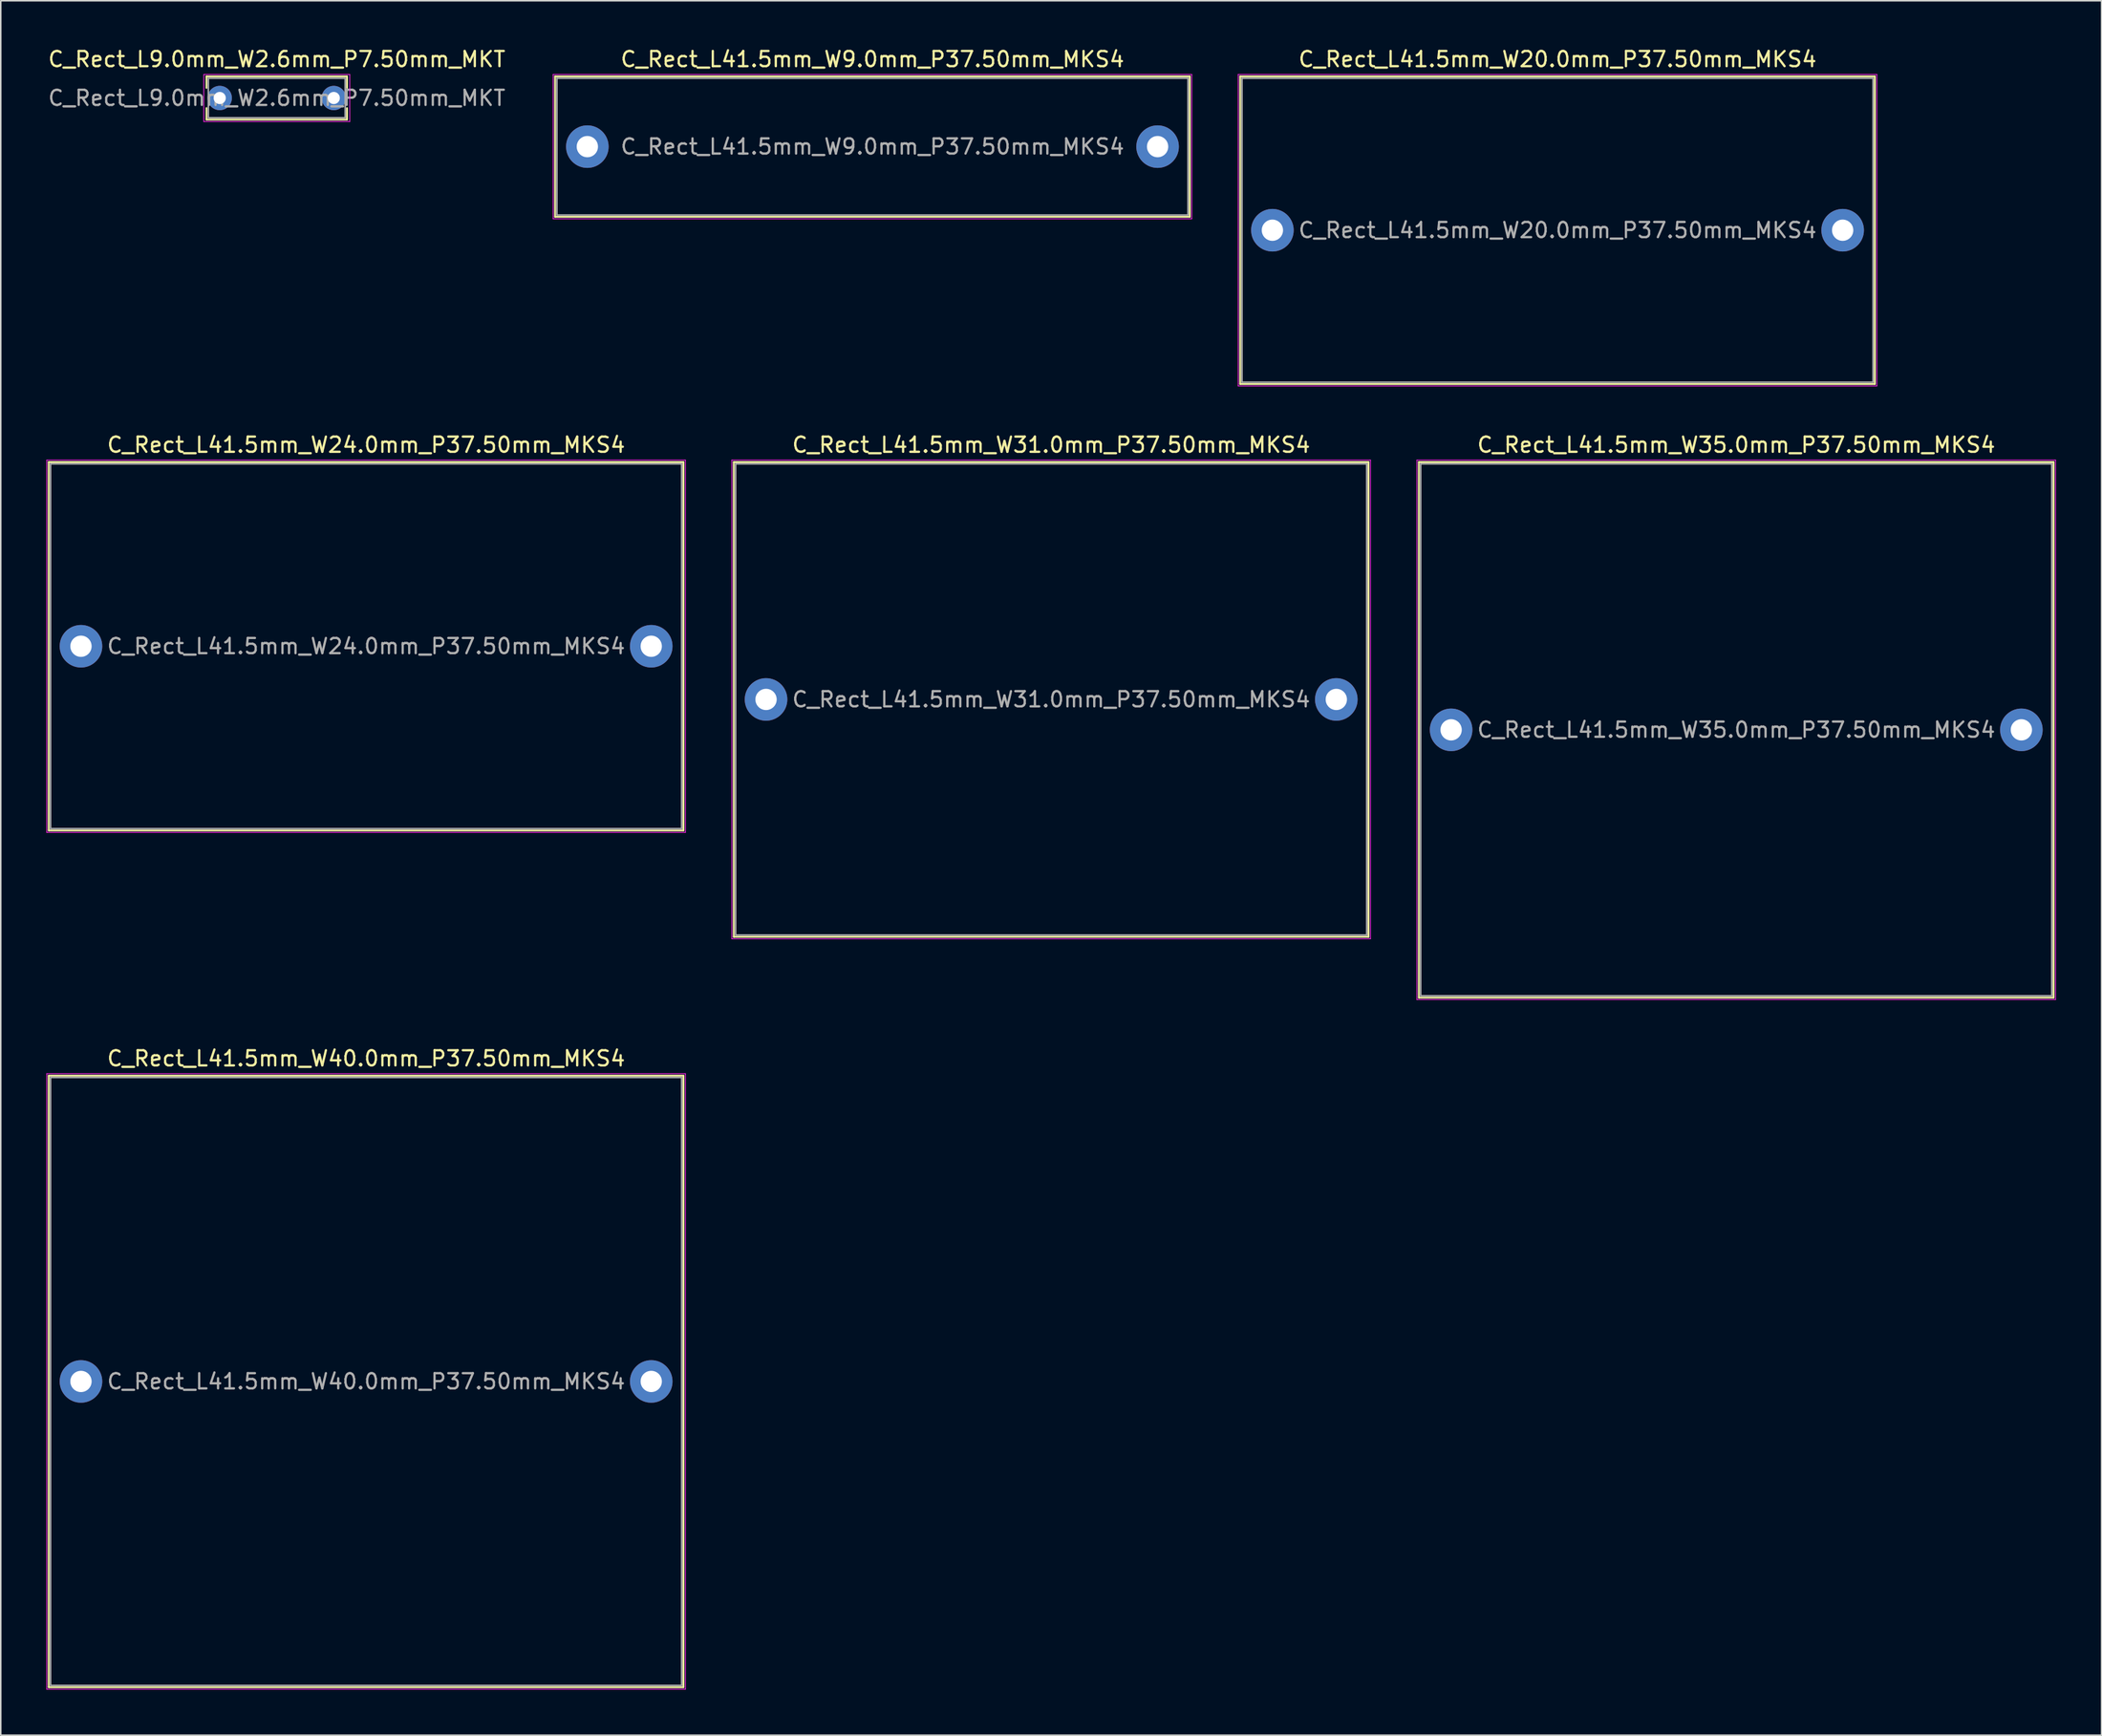
<source format=kicad_pcb>
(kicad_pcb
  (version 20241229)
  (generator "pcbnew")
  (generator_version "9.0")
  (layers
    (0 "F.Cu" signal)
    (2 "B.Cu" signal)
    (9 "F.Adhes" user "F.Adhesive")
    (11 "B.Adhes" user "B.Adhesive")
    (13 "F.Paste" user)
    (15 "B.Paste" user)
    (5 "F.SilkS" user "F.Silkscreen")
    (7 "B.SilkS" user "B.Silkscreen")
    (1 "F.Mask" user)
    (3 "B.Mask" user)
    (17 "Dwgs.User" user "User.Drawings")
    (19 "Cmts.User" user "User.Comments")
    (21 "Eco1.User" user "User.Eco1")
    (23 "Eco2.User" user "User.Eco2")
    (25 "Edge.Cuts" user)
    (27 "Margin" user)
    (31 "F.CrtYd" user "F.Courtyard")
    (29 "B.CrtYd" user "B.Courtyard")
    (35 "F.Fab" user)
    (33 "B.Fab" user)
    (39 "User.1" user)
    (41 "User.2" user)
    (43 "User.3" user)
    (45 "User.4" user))
  (footprint "C_Rect_L41.5mm_W35.0mm_P37.50mm_MKS4"
    (layer "F.Cu")
    (at 92.375 44.971)
    (property "Reference" "C_Rect_L41.5mm_W35.0mm_P37.50mm_MKS4" (at 18.75 -18.75 0) (layer "F.SilkS") (effects (font (size 1 1) (thickness 0.15))))
    (attr through_hole)
    (fp_line (start -2.12 -17.62) (end -2.12 17.62) (stroke (width 0.12) (type solid)) (layer "F.SilkS"))
    (fp_line (start -2.12 -17.62) (end 39.62 -17.62) (stroke (width 0.12) (type solid)) (layer "F.SilkS"))
    (fp_line (start -2.12 17.62) (end 39.62 17.62) (stroke (width 0.12) (type solid)) (layer "F.SilkS"))
    (fp_line (start 39.62 -17.62) (end 39.62 17.62) (stroke (width 0.12) (type solid)) (layer "F.SilkS"))
    (fp_line (start -2.25 -17.75) (end -2.25 17.75) (stroke (width 0.05) (type solid)) (layer "F.CrtYd"))
    (fp_line (start -2.25 17.75) (end 39.75 17.75) (stroke (width 0.05) (type solid)) (layer "F.CrtYd"))
    (fp_line (start 39.75 -17.75) (end -2.25 -17.75) (stroke (width 0.05) (type solid)) (layer "F.CrtYd"))
    (fp_line (start 39.75 17.75) (end 39.75 -17.75) (stroke (width 0.05) (type solid)) (layer "F.CrtYd"))
    (fp_line (start -2 -17.5) (end -2 17.5) (stroke (width 0.1) (type solid)) (layer "F.Fab"))
    (fp_line (start -2 17.5) (end 39.5 17.5) (stroke (width 0.1) (type solid)) (layer "F.Fab"))
    (fp_line (start 39.5 -17.5) (end -2 -17.5) (stroke (width 0.1) (type solid)) (layer "F.Fab"))
    (fp_line (start 39.5 17.5) (end 39.5 -17.5) (stroke (width 0.1) (type solid)) (layer "F.Fab"))
    (fp_text user "${REFERENCE}" (at 18.75 0 0) (layer "F.Fab") (effects (font (size 1 1) (thickness 0.15))))
    (pad "1" thru_hole circle (at 0 0) (size 2.8 2.8) (drill 1.4) (layers "*.Cu" "*.Mask"))
    (pad "2" thru_hole circle (at 37.5 0) (size 2.8 2.8) (drill 1.4) (layers "*.Cu" "*.Mask")))
  (footprint "C_Rect_L41.5mm_W31.0mm_P37.50mm_MKS4"
    (layer "F.Cu")
    (at 47.325 42.971)
    (property "Reference" "C_Rect_L41.5mm_W31.0mm_P37.50mm_MKS4" (at 18.75 -16.75 0) (layer "F.SilkS") (effects (font (size 1 1) (thickness 0.15))))
    (attr through_hole)
    (fp_line (start -2.12 -15.62) (end -2.12 15.62) (stroke (width 0.12) (type solid)) (layer "F.SilkS"))
    (fp_line (start -2.12 -15.62) (end 39.62 -15.62) (stroke (width 0.12) (type solid)) (layer "F.SilkS"))
    (fp_line (start -2.12 15.62) (end 39.62 15.62) (stroke (width 0.12) (type solid)) (layer "F.SilkS"))
    (fp_line (start 39.62 -15.62) (end 39.62 15.62) (stroke (width 0.12) (type solid)) (layer "F.SilkS"))
    (fp_line (start -2.25 -15.75) (end -2.25 15.75) (stroke (width 0.05) (type solid)) (layer "F.CrtYd"))
    (fp_line (start -2.25 15.75) (end 39.75 15.75) (stroke (width 0.05) (type solid)) (layer "F.CrtYd"))
    (fp_line (start 39.75 -15.75) (end -2.25 -15.75) (stroke (width 0.05) (type solid)) (layer "F.CrtYd"))
    (fp_line (start 39.75 15.75) (end 39.75 -15.75) (stroke (width 0.05) (type solid)) (layer "F.CrtYd"))
    (fp_line (start -2 -15.5) (end -2 15.5) (stroke (width 0.1) (type solid)) (layer "F.Fab"))
    (fp_line (start -2 15.5) (end 39.5 15.5) (stroke (width 0.1) (type solid)) (layer "F.Fab"))
    (fp_line (start 39.5 -15.5) (end -2 -15.5) (stroke (width 0.1) (type solid)) (layer "F.Fab"))
    (fp_line (start 39.5 15.5) (end 39.5 -15.5) (stroke (width 0.1) (type solid)) (layer "F.Fab"))
    (fp_text user "${REFERENCE}" (at 18.75 0 0) (layer "F.Fab") (effects (font (size 1 1) (thickness 0.15))))
    (pad "1" thru_hole circle (at 0 0) (size 2.8 2.8) (drill 1.4) (layers "*.Cu" "*.Mask"))
    (pad "2" thru_hole circle (at 37.5 0) (size 2.8 2.8) (drill 1.4) (layers "*.Cu" "*.Mask")))
  (footprint "C_Rect_L41.5mm_W9.0mm_P37.50mm_MKS4"
    (layer "F.Cu")
    (at 35.573 6.598)
    (property "Reference" "C_Rect_L41.5mm_W9.0mm_P37.50mm_MKS4" (at 18.75 -5.75 0) (layer "F.SilkS") (effects (font (size 1 1) (thickness 0.15))))
    (attr through_hole)
    (fp_line (start -2.12 -4.62) (end -2.12 4.62) (stroke (width 0.12) (type solid)) (layer "F.SilkS"))
    (fp_line (start -2.12 -4.62) (end 39.62 -4.62) (stroke (width 0.12) (type solid)) (layer "F.SilkS"))
    (fp_line (start -2.12 4.62) (end 39.62 4.62) (stroke (width 0.12) (type solid)) (layer "F.SilkS"))
    (fp_line (start 39.62 -4.62) (end 39.62 4.62) (stroke (width 0.12) (type solid)) (layer "F.SilkS"))
    (fp_line (start -2.25 -4.75) (end -2.25 4.75) (stroke (width 0.05) (type solid)) (layer "F.CrtYd"))
    (fp_line (start -2.25 4.75) (end 39.75 4.75) (stroke (width 0.05) (type solid)) (layer "F.CrtYd"))
    (fp_line (start 39.75 -4.75) (end -2.25 -4.75) (stroke (width 0.05) (type solid)) (layer "F.CrtYd"))
    (fp_line (start 39.75 4.75) (end 39.75 -4.75) (stroke (width 0.05) (type solid)) (layer "F.CrtYd"))
    (fp_line (start -2 -4.5) (end -2 4.5) (stroke (width 0.1) (type solid)) (layer "F.Fab"))
    (fp_line (start -2 4.5) (end 39.5 4.5) (stroke (width 0.1) (type solid)) (layer "F.Fab"))
    (fp_line (start 39.5 -4.5) (end -2 -4.5) (stroke (width 0.1) (type solid)) (layer "F.Fab"))
    (fp_line (start 39.5 4.5) (end 39.5 -4.5) (stroke (width 0.1) (type solid)) (layer "F.Fab"))
    (fp_text user "${REFERENCE}" (at 18.75 0 0) (layer "F.Fab") (effects (font (size 1 1) (thickness 0.15))))
    (pad "1" thru_hole circle (at 0 0) (size 2.8 2.8) (drill 1.4) (layers "*.Cu" "*.Mask"))
    (pad "2" thru_hole circle (at 37.5 0) (size 2.8 2.8) (drill 1.4) (layers "*.Cu" "*.Mask")))
  (footprint "C_Rect_L41.5mm_W24.0mm_P37.50mm_MKS4"
    (layer "F.Cu")
    (at 2.275 39.471)
    (property "Reference" "C_Rect_L41.5mm_W24.0mm_P37.50mm_MKS4" (at 18.75 -13.25 0) (layer "F.SilkS") (effects (font (size 1 1) (thickness 0.15))))
    (attr through_hole)
    (fp_line (start -2.12 -12.12) (end -2.12 12.12) (stroke (width 0.12) (type solid)) (layer "F.SilkS"))
    (fp_line (start -2.12 -12.12) (end 39.62 -12.12) (stroke (width 0.12) (type solid)) (layer "F.SilkS"))
    (fp_line (start -2.12 12.12) (end 39.62 12.12) (stroke (width 0.12) (type solid)) (layer "F.SilkS"))
    (fp_line (start 39.62 -12.12) (end 39.62 12.12) (stroke (width 0.12) (type solid)) (layer "F.SilkS"))
    (fp_line (start -2.25 -12.25) (end -2.25 12.25) (stroke (width 0.05) (type solid)) (layer "F.CrtYd"))
    (fp_line (start -2.25 12.25) (end 39.75 12.25) (stroke (width 0.05) (type solid)) (layer "F.CrtYd"))
    (fp_line (start 39.75 -12.25) (end -2.25 -12.25) (stroke (width 0.05) (type solid)) (layer "F.CrtYd"))
    (fp_line (start 39.75 12.25) (end 39.75 -12.25) (stroke (width 0.05) (type solid)) (layer "F.CrtYd"))
    (fp_line (start -2 -12) (end -2 12) (stroke (width 0.1) (type solid)) (layer "F.Fab"))
    (fp_line (start -2 12) (end 39.5 12) (stroke (width 0.1) (type solid)) (layer "F.Fab"))
    (fp_line (start 39.5 -12) (end -2 -12) (stroke (width 0.1) (type solid)) (layer "F.Fab"))
    (fp_line (start 39.5 12) (end 39.5 -12) (stroke (width 0.1) (type solid)) (layer "F.Fab"))
    (fp_text user "${REFERENCE}" (at 18.75 0 0) (layer "F.Fab") (effects (font (size 1 1) (thickness 0.15))))
    (pad "1" thru_hole circle (at 0 0) (size 2.8 2.8) (drill 1.4) (layers "*.Cu" "*.Mask"))
    (pad "2" thru_hole circle (at 37.5 0) (size 2.8 2.8) (drill 1.4) (layers "*.Cu" "*.Mask")))
  (footprint "C_Rect_L9.0mm_W2.6mm_P7.50mm_MKT"
    (layer "F.Cu")
    (at 11.399 3.398)
    (property "Reference" "C_Rect_L9.0mm_W2.6mm_P7.50mm_MKT" (at 3.75 -2.55 0) (layer "F.SilkS") (effects (font (size 1 1) (thickness 0.15))))
    (attr through_hole)
    (fp_line (start -0.87 -1.42) (end -0.87 -0.665) (stroke (width 0.12) (type solid)) (layer "F.SilkS"))
    (fp_line (start -0.87 -1.42) (end 8.37 -1.42) (stroke (width 0.12) (type solid)) (layer "F.SilkS"))
    (fp_line (start -0.87 0.665) (end -0.87 1.42) (stroke (width 0.12) (type solid)) (layer "F.SilkS"))
    (fp_line (start -0.87 1.42) (end 8.37 1.42) (stroke (width 0.12) (type solid)) (layer "F.SilkS"))
    (fp_line (start 8.37 -1.42) (end 8.37 -0.665) (stroke (width 0.12) (type solid)) (layer "F.SilkS"))
    (fp_line (start 8.37 0.665) (end 8.37 1.42) (stroke (width 0.12) (type solid)) (layer "F.SilkS"))
    (fp_line (start -1.05 -1.55) (end -1.05 1.55) (stroke (width 0.05) (type solid)) (layer "F.CrtYd"))
    (fp_line (start -1.05 1.55) (end 8.55 1.55) (stroke (width 0.05) (type solid)) (layer "F.CrtYd"))
    (fp_line (start 8.55 -1.55) (end -1.05 -1.55) (stroke (width 0.05) (type solid)) (layer "F.CrtYd"))
    (fp_line (start 8.55 1.55) (end 8.55 -1.55) (stroke (width 0.05) (type solid)) (layer "F.CrtYd"))
    (fp_line (start -0.75 -1.3) (end -0.75 1.3) (stroke (width 0.1) (type solid)) (layer "F.Fab"))
    (fp_line (start -0.75 1.3) (end 8.25 1.3) (stroke (width 0.1) (type solid)) (layer "F.Fab"))
    (fp_line (start 8.25 -1.3) (end -0.75 -1.3) (stroke (width 0.1) (type solid)) (layer "F.Fab"))
    (fp_line (start 8.25 1.3) (end 8.25 -1.3) (stroke (width 0.1) (type solid)) (layer "F.Fab"))
    (fp_text user "${REFERENCE}" (at 3.75 0 0) (layer "F.Fab") (effects (font (size 1 1) (thickness 0.15))))
    (pad "1" thru_hole circle (at 0 0) (size 1.6 1.6) (drill 0.8) (layers "*.Cu" "*.Mask"))
    (pad "2" thru_hole circle (at 7.5 0) (size 1.6 1.6) (drill 0.8) (layers "*.Cu" "*.Mask")))
  (footprint "C_Rect_L41.5mm_W20.0mm_P37.50mm_MKS4"
    (layer "F.Cu")
    (at 80.623 12.098)
    (property "Reference" "C_Rect_L41.5mm_W20.0mm_P37.50mm_MKS4" (at 18.75 -11.25 0) (layer "F.SilkS") (effects (font (size 1 1) (thickness 0.15))))
    (attr through_hole)
    (fp_line (start -2.12 -10.12) (end -2.12 10.12) (stroke (width 0.12) (type solid)) (layer "F.SilkS"))
    (fp_line (start -2.12 -10.12) (end 39.62 -10.12) (stroke (width 0.12) (type solid)) (layer "F.SilkS"))
    (fp_line (start -2.12 10.12) (end 39.62 10.12) (stroke (width 0.12) (type solid)) (layer "F.SilkS"))
    (fp_line (start 39.62 -10.12) (end 39.62 10.12) (stroke (width 0.12) (type solid)) (layer "F.SilkS"))
    (fp_line (start -2.25 -10.25) (end -2.25 10.25) (stroke (width 0.05) (type solid)) (layer "F.CrtYd"))
    (fp_line (start -2.25 10.25) (end 39.75 10.25) (stroke (width 0.05) (type solid)) (layer "F.CrtYd"))
    (fp_line (start 39.75 -10.25) (end -2.25 -10.25) (stroke (width 0.05) (type solid)) (layer "F.CrtYd"))
    (fp_line (start 39.75 10.25) (end 39.75 -10.25) (stroke (width 0.05) (type solid)) (layer "F.CrtYd"))
    (fp_line (start -2 -10) (end -2 10) (stroke (width 0.1) (type solid)) (layer "F.Fab"))
    (fp_line (start -2 10) (end 39.5 10) (stroke (width 0.1) (type solid)) (layer "F.Fab"))
    (fp_line (start 39.5 -10) (end -2 -10) (stroke (width 0.1) (type solid)) (layer "F.Fab"))
    (fp_line (start 39.5 10) (end 39.5 -10) (stroke (width 0.1) (type solid)) (layer "F.Fab"))
    (fp_text user "${REFERENCE}" (at 18.75 0 0) (layer "F.Fab") (effects (font (size 1 1) (thickness 0.15))))
    (pad "1" thru_hole circle (at 0 0) (size 2.8 2.8) (drill 1.4) (layers "*.Cu" "*.Mask"))
    (pad "2" thru_hole circle (at 37.5 0) (size 2.8 2.8) (drill 1.4) (layers "*.Cu" "*.Mask")))
  (footprint "C_Rect_L41.5mm_W40.0mm_P37.50mm_MKS4"
    (layer "F.Cu")
    (at 2.275 87.845)
    (property "Reference" "C_Rect_L41.5mm_W40.0mm_P37.50mm_MKS4" (at 18.75 -21.25 0) (layer "F.SilkS") (effects (font (size 1 1) (thickness 0.15))))
    (attr through_hole)
    (fp_line (start -2.12 -20.12) (end -2.12 20.12) (stroke (width 0.12) (type solid)) (layer "F.SilkS"))
    (fp_line (start -2.12 -20.12) (end 39.62 -20.12) (stroke (width 0.12) (type solid)) (layer "F.SilkS"))
    (fp_line (start -2.12 20.12) (end 39.62 20.12) (stroke (width 0.12) (type solid)) (layer "F.SilkS"))
    (fp_line (start 39.62 -20.12) (end 39.62 20.12) (stroke (width 0.12) (type solid)) (layer "F.SilkS"))
    (fp_line (start -2.25 -20.25) (end -2.25 20.25) (stroke (width 0.05) (type solid)) (layer "F.CrtYd"))
    (fp_line (start -2.25 20.25) (end 39.75 20.25) (stroke (width 0.05) (type solid)) (layer "F.CrtYd"))
    (fp_line (start 39.75 -20.25) (end -2.25 -20.25) (stroke (width 0.05) (type solid)) (layer "F.CrtYd"))
    (fp_line (start 39.75 20.25) (end 39.75 -20.25) (stroke (width 0.05) (type solid)) (layer "F.CrtYd"))
    (fp_line (start -2 -20) (end -2 20) (stroke (width 0.1) (type solid)) (layer "F.Fab"))
    (fp_line (start -2 20) (end 39.5 20) (stroke (width 0.1) (type solid)) (layer "F.Fab"))
    (fp_line (start 39.5 -20) (end -2 -20) (stroke (width 0.1) (type solid)) (layer "F.Fab"))
    (fp_line (start 39.5 20) (end 39.5 -20) (stroke (width 0.1) (type solid)) (layer "F.Fab"))
    (fp_text user "${REFERENCE}" (at 18.75 0 0) (layer "F.Fab") (effects (font (size 1 1) (thickness 0.15))))
    (pad "1" thru_hole circle (at 0 0) (size 2.8 2.8) (drill 1.4) (layers "*.Cu" "*.Mask"))
    (pad "2" thru_hole circle (at 37.5 0) (size 2.8 2.8) (drill 1.4) (layers "*.Cu" "*.Mask")))
  (gr_rect
    (start -3 -3)
    (end 135.15 111.12)
    (stroke (width 0.1) (type default))
    (fill no)
    (layer "Edge.Cuts")))
</source>
